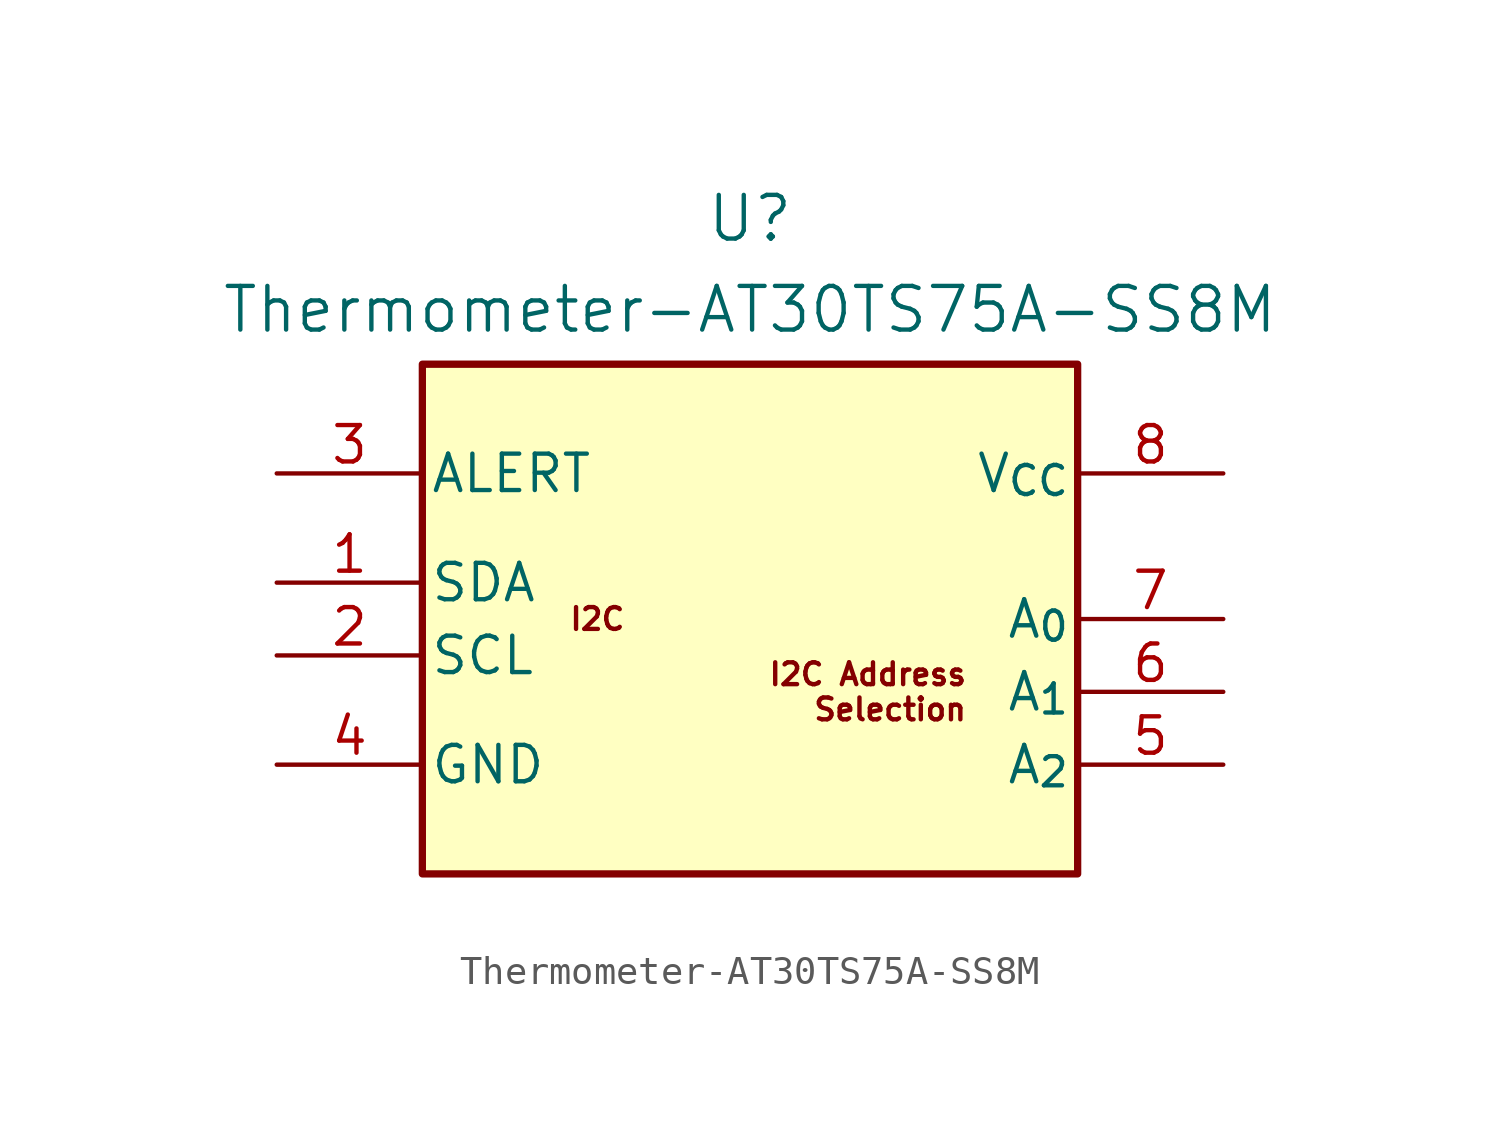
<source format=kicad_sym>
(kicad_symbol_lib
  (version 20220914)
  (generator kicad_symbol_editor)
  (symbol "Thermometer-AT30TS75A-SS8M"
    (pin_names
      (offset 0.254))
    (property "Reference" "U"
      (at 0 13.97 0)
      (effects (font (size 1.524 1.524))))
    (property "Value" "Thermometer-AT30TS75A-SS8M"
      (at 0 10.795 0)
      (effects (font (size 1.524 1.524))))
    (symbol "Thermometer-AT30TS75A-SS8M_1_1"
      (rectangle (start -11.43 8.89) (end 11.43 -8.89) (stroke (width 0.254) (type default)) (fill (type background)))
      (text "I2C" (at -6.35 0 0) (effects (font (size 0.762 0.762)) (justify left)))
      (text "I2C Address\nSelection" (at 7.62 -2.54 0) (effects (font (size 0.762 0.762)) (justify right)))
      (pin bidirectional line (at -16.51 1.27 0) (length 5.08) (name "SDA" (effects (font (size 1.27 1.27)))) (number "1" (effects (font (size 1.27 1.27)))))
      (pin input line (at -16.51 -1.27 0) (length 5.08) (name "SCL" (effects (font (size 1.27 1.27)))) (number "2" (effects (font (size 1.27 1.27)))))
      (pin output line (at -16.51 5.08 0) (length 5.08) (name "ALERT" (effects (font (size 1.27 1.27)))) (number "3" (effects (font (size 1.27 1.27)))))
      (pin power_in line (at -16.51 -5.08 0) (length 5.08) (name "GND" (effects (font (size 1.27 1.27)))) (number "4" (effects (font (size 1.27 1.27)))))
      (pin input line (at 16.51 -5.08 180) (length 5.08) (name "A_{2}" (effects (font (size 1.27 1.27)))) (number "5" (effects (font (size 1.27 1.27)))))
      (pin input line (at 16.51 -2.54 180) (length 5.08) (name "A_{1}" (effects (font (size 1.27 1.27)))) (number "6" (effects (font (size 1.27 1.27)))))
      (pin input line (at 16.51 0 180) (length 5.08) (name "A_{0}" (effects (font (size 1.27 1.27)))) (number "7" (effects (font (size 1.27 1.27)))))
      (pin power_in line (at 16.51 5.08 180) (length 5.08) (name "V_{CC}" (effects (font (size 1.27 1.27)))) (number "8" (effects (font (size 1.27 1.27))))))))
</source>
